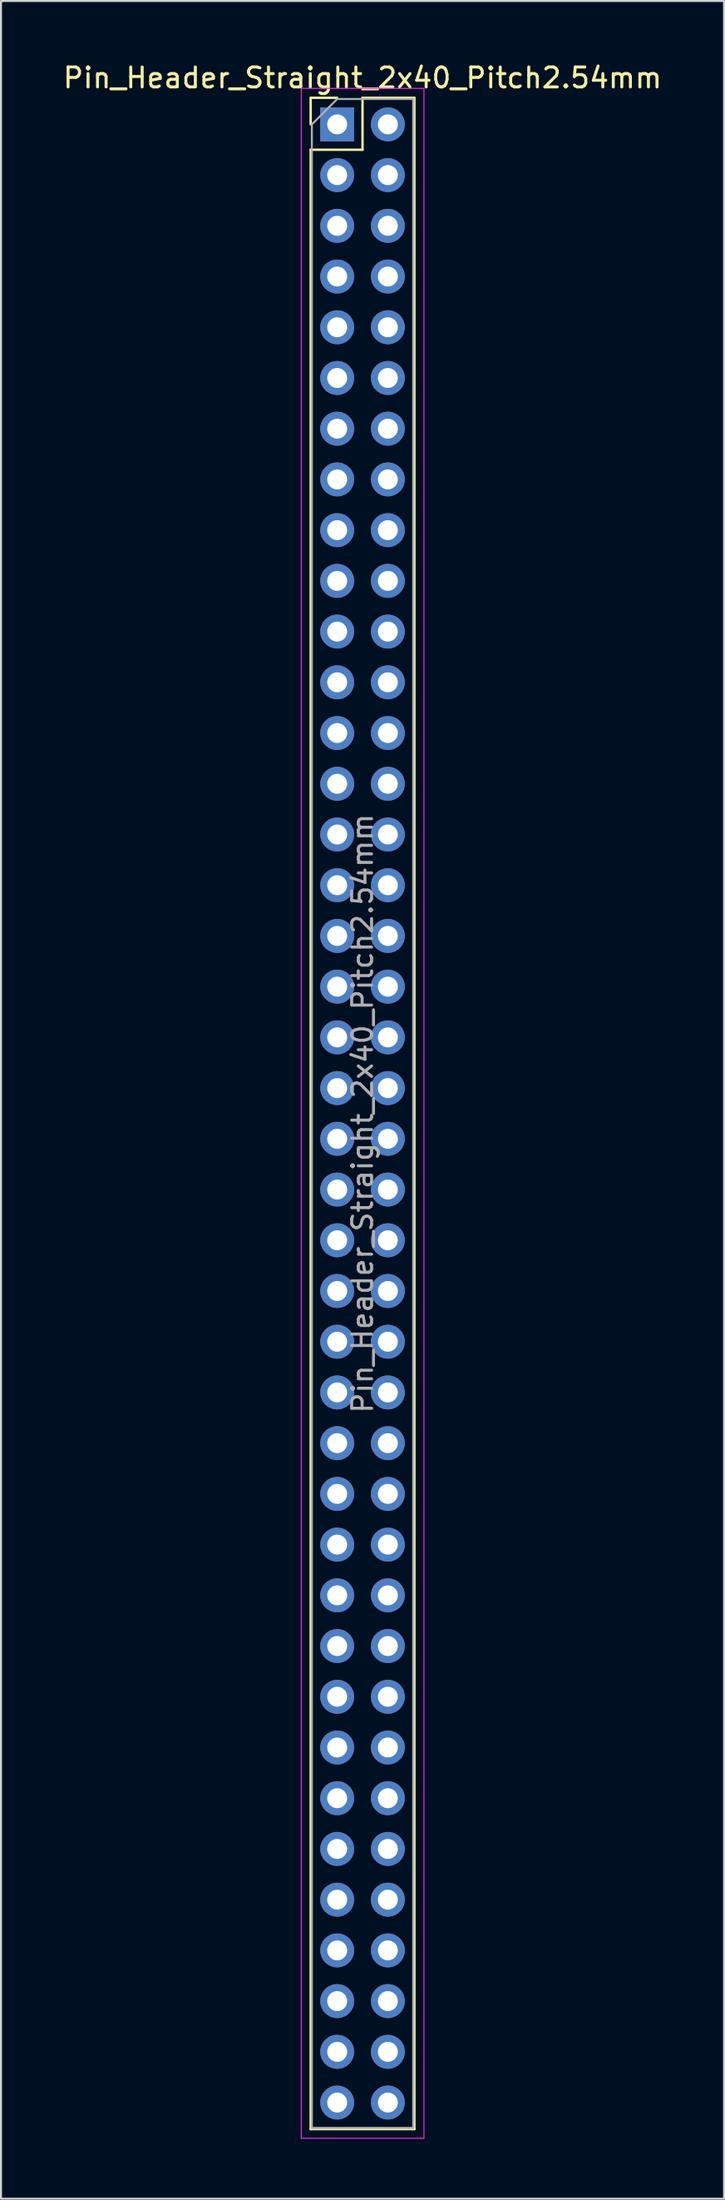
<source format=kicad_pcb>
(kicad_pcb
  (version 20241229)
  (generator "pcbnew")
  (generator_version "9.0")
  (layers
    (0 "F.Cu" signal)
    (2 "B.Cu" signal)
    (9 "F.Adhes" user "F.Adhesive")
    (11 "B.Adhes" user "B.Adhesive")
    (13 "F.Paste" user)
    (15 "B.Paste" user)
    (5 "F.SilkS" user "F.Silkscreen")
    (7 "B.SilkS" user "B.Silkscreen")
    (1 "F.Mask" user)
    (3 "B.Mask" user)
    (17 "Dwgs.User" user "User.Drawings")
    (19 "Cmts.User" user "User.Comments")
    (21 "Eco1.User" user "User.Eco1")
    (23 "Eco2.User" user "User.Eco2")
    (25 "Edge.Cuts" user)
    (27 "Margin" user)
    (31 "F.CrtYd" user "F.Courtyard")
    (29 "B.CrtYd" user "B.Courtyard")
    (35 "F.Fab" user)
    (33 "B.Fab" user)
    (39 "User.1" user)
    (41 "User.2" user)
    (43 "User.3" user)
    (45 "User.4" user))
  (footprint "Pin_Header_Straight_2x40_Pitch2.54mm"
    (layer "F.Cu")
    (at 13.855 3.178)
    (property "Reference" "Pin_Header_Straight_2x40_Pitch2.54mm" (at 1.27 -2.33 0) (layer "F.SilkS") (effects (font (size 1 1) (thickness 0.15))))
    (attr through_hole)
    (fp_line (start -1.33 -1.33) (end 0 -1.33) (stroke (width 0.12) (type solid)) (layer "F.SilkS"))
    (fp_line (start -1.33 0) (end -1.33 -1.33) (stroke (width 0.12) (type solid)) (layer "F.SilkS"))
    (fp_line (start -1.33 1.27) (end -1.33 100.39) (stroke (width 0.12) (type solid)) (layer "F.SilkS"))
    (fp_line (start -1.33 100.39) (end 3.87 100.39) (stroke (width 0.12) (type solid)) (layer "F.SilkS"))
    (fp_line (start 1.27 -1.33) (end 1.27 1.27) (stroke (width 0.12) (type solid)) (layer "F.SilkS"))
    (fp_line (start 1.27 1.27) (end -1.33 1.27) (stroke (width 0.12) (type solid)) (layer "F.SilkS"))
    (fp_line (start 3.87 -1.33) (end 1.27 -1.33) (stroke (width 0.12) (type solid)) (layer "F.SilkS"))
    (fp_line (start 3.87 100.39) (end 3.87 -1.33) (stroke (width 0.12) (type solid)) (layer "F.SilkS"))
    (fp_line (start -1.8 -1.8) (end -1.8 100.85) (stroke (width 0.05) (type solid)) (layer "F.CrtYd"))
    (fp_line (start -1.8 100.85) (end 4.35 100.85) (stroke (width 0.05) (type solid)) (layer "F.CrtYd"))
    (fp_line (start 4.35 -1.8) (end -1.8 -1.8) (stroke (width 0.05) (type solid)) (layer "F.CrtYd"))
    (fp_line (start 4.35 100.85) (end 4.35 -1.8) (stroke (width 0.05) (type solid)) (layer "F.CrtYd"))
    (fp_line (start -1.27 0) (end 0 -1.27) (stroke (width 0.1) (type solid)) (layer "F.Fab"))
    (fp_line (start -1.27 100.33) (end -1.27 0) (stroke (width 0.1) (type solid)) (layer "F.Fab"))
    (fp_line (start 0 -1.27) (end 3.81 -1.27) (stroke (width 0.1) (type solid)) (layer "F.Fab"))
    (fp_line (start 3.81 -1.27) (end 3.81 100.33) (stroke (width 0.1) (type solid)) (layer "F.Fab"))
    (fp_line (start 3.81 100.33) (end -1.27 100.33) (stroke (width 0.1) (type solid)) (layer "F.Fab"))
    (fp_text user "${REFERENCE}" (at 1.27 49.53 90) (layer "F.Fab") (effects (font (size 1 1) (thickness 0.15))))
    (pad "1" thru_hole rect (at 0 0) (size 1.7 1.7) (drill 1) (layers "*.Cu" "*.Mask"))
    (pad "2" thru_hole oval (at 2.54 0) (size 1.7 1.7) (drill 1) (layers "*.Cu" "*.Mask"))
    (pad "3" thru_hole oval (at 0 2.54) (size 1.7 1.7) (drill 1) (layers "*.Cu" "*.Mask"))
    (pad "4" thru_hole oval (at 2.54 2.54) (size 1.7 1.7) (drill 1) (layers "*.Cu" "*.Mask"))
    (pad "5" thru_hole oval (at 0 5.08) (size 1.7 1.7) (drill 1) (layers "*.Cu" "*.Mask"))
    (pad "6" thru_hole oval (at 2.54 5.08) (size 1.7 1.7) (drill 1) (layers "*.Cu" "*.Mask"))
    (pad "7" thru_hole oval (at 0 7.62) (size 1.7 1.7) (drill 1) (layers "*.Cu" "*.Mask"))
    (pad "8" thru_hole oval (at 2.54 7.62) (size 1.7 1.7) (drill 1) (layers "*.Cu" "*.Mask"))
    (pad "9" thru_hole oval (at 0 10.16) (size 1.7 1.7) (drill 1) (layers "*.Cu" "*.Mask"))
    (pad "10" thru_hole oval (at 2.54 10.16) (size 1.7 1.7) (drill 1) (layers "*.Cu" "*.Mask"))
    (pad "11" thru_hole oval (at 0 12.7) (size 1.7 1.7) (drill 1) (layers "*.Cu" "*.Mask"))
    (pad "12" thru_hole oval (at 2.54 12.7) (size 1.7 1.7) (drill 1) (layers "*.Cu" "*.Mask"))
    (pad "13" thru_hole oval (at 0 15.24) (size 1.7 1.7) (drill 1) (layers "*.Cu" "*.Mask"))
    (pad "14" thru_hole oval (at 2.54 15.24) (size 1.7 1.7) (drill 1) (layers "*.Cu" "*.Mask"))
    (pad "15" thru_hole oval (at 0 17.78) (size 1.7 1.7) (drill 1) (layers "*.Cu" "*.Mask"))
    (pad "16" thru_hole oval (at 2.54 17.78) (size 1.7 1.7) (drill 1) (layers "*.Cu" "*.Mask"))
    (pad "17" thru_hole oval (at 0 20.32) (size 1.7 1.7) (drill 1) (layers "*.Cu" "*.Mask"))
    (pad "18" thru_hole oval (at 2.54 20.32) (size 1.7 1.7) (drill 1) (layers "*.Cu" "*.Mask"))
    (pad "19" thru_hole oval (at 0 22.86) (size 1.7 1.7) (drill 1) (layers "*.Cu" "*.Mask"))
    (pad "20" thru_hole oval (at 2.54 22.86) (size 1.7 1.7) (drill 1) (layers "*.Cu" "*.Mask"))
    (pad "21" thru_hole oval (at 0 25.4) (size 1.7 1.7) (drill 1) (layers "*.Cu" "*.Mask"))
    (pad "22" thru_hole oval (at 2.54 25.4) (size 1.7 1.7) (drill 1) (layers "*.Cu" "*.Mask"))
    (pad "23" thru_hole oval (at 0 27.94) (size 1.7 1.7) (drill 1) (layers "*.Cu" "*.Mask"))
    (pad "24" thru_hole oval (at 2.54 27.94) (size 1.7 1.7) (drill 1) (layers "*.Cu" "*.Mask"))
    (pad "25" thru_hole oval (at 0 30.48) (size 1.7 1.7) (drill 1) (layers "*.Cu" "*.Mask"))
    (pad "26" thru_hole oval (at 2.54 30.48) (size 1.7 1.7) (drill 1) (layers "*.Cu" "*.Mask"))
    (pad "27" thru_hole oval (at 0 33.02) (size 1.7 1.7) (drill 1) (layers "*.Cu" "*.Mask"))
    (pad "28" thru_hole oval (at 2.54 33.02) (size 1.7 1.7) (drill 1) (layers "*.Cu" "*.Mask"))
    (pad "29" thru_hole oval (at 0 35.56) (size 1.7 1.7) (drill 1) (layers "*.Cu" "*.Mask"))
    (pad "30" thru_hole oval (at 2.54 35.56) (size 1.7 1.7) (drill 1) (layers "*.Cu" "*.Mask"))
    (pad "31" thru_hole oval (at 0 38.1) (size 1.7 1.7) (drill 1) (layers "*.Cu" "*.Mask"))
    (pad "32" thru_hole oval (at 2.54 38.1) (size 1.7 1.7) (drill 1) (layers "*.Cu" "*.Mask"))
    (pad "33" thru_hole oval (at 0 40.64) (size 1.7 1.7) (drill 1) (layers "*.Cu" "*.Mask"))
    (pad "34" thru_hole oval (at 2.54 40.64) (size 1.7 1.7) (drill 1) (layers "*.Cu" "*.Mask"))
    (pad "35" thru_hole oval (at 0 43.18) (size 1.7 1.7) (drill 1) (layers "*.Cu" "*.Mask"))
    (pad "36" thru_hole oval (at 2.54 43.18) (size 1.7 1.7) (drill 1) (layers "*.Cu" "*.Mask"))
    (pad "37" thru_hole oval (at 0 45.72) (size 1.7 1.7) (drill 1) (layers "*.Cu" "*.Mask"))
    (pad "38" thru_hole oval (at 2.54 45.72) (size 1.7 1.7) (drill 1) (layers "*.Cu" "*.Mask"))
    (pad "39" thru_hole oval (at 0 48.26) (size 1.7 1.7) (drill 1) (layers "*.Cu" "*.Mask"))
    (pad "40" thru_hole oval (at 2.54 48.26) (size 1.7 1.7) (drill 1) (layers "*.Cu" "*.Mask"))
    (pad "41" thru_hole oval (at 0 50.8) (size 1.7 1.7) (drill 1) (layers "*.Cu" "*.Mask"))
    (pad "42" thru_hole oval (at 2.54 50.8) (size 1.7 1.7) (drill 1) (layers "*.Cu" "*.Mask"))
    (pad "43" thru_hole oval (at 0 53.34) (size 1.7 1.7) (drill 1) (layers "*.Cu" "*.Mask"))
    (pad "44" thru_hole oval (at 2.54 53.34) (size 1.7 1.7) (drill 1) (layers "*.Cu" "*.Mask"))
    (pad "45" thru_hole oval (at 0 55.88) (size 1.7 1.7) (drill 1) (layers "*.Cu" "*.Mask"))
    (pad "46" thru_hole oval (at 2.54 55.88) (size 1.7 1.7) (drill 1) (layers "*.Cu" "*.Mask"))
    (pad "47" thru_hole oval (at 0 58.42) (size 1.7 1.7) (drill 1) (layers "*.Cu" "*.Mask"))
    (pad "48" thru_hole oval (at 2.54 58.42) (size 1.7 1.7) (drill 1) (layers "*.Cu" "*.Mask"))
    (pad "49" thru_hole oval (at 0 60.96) (size 1.7 1.7) (drill 1) (layers "*.Cu" "*.Mask"))
    (pad "50" thru_hole oval (at 2.54 60.96) (size 1.7 1.7) (drill 1) (layers "*.Cu" "*.Mask"))
    (pad "51" thru_hole oval (at 0 63.5) (size 1.7 1.7) (drill 1) (layers "*.Cu" "*.Mask"))
    (pad "52" thru_hole oval (at 2.54 63.5) (size 1.7 1.7) (drill 1) (layers "*.Cu" "*.Mask"))
    (pad "53" thru_hole oval (at 0 66.04) (size 1.7 1.7) (drill 1) (layers "*.Cu" "*.Mask"))
    (pad "54" thru_hole oval (at 2.54 66.04) (size 1.7 1.7) (drill 1) (layers "*.Cu" "*.Mask"))
    (pad "55" thru_hole oval (at 0 68.58) (size 1.7 1.7) (drill 1) (layers "*.Cu" "*.Mask"))
    (pad "56" thru_hole oval (at 2.54 68.58) (size 1.7 1.7) (drill 1) (layers "*.Cu" "*.Mask"))
    (pad "57" thru_hole oval (at 0 71.12) (size 1.7 1.7) (drill 1) (layers "*.Cu" "*.Mask"))
    (pad "58" thru_hole oval (at 2.54 71.12) (size 1.7 1.7) (drill 1) (layers "*.Cu" "*.Mask"))
    (pad "59" thru_hole oval (at 0 73.66) (size 1.7 1.7) (drill 1) (layers "*.Cu" "*.Mask"))
    (pad "60" thru_hole oval (at 2.54 73.66) (size 1.7 1.7) (drill 1) (layers "*.Cu" "*.Mask"))
    (pad "61" thru_hole oval (at 0 76.2) (size 1.7 1.7) (drill 1) (layers "*.Cu" "*.Mask"))
    (pad "62" thru_hole oval (at 2.54 76.2) (size 1.7 1.7) (drill 1) (layers "*.Cu" "*.Mask"))
    (pad "63" thru_hole oval (at 0 78.74) (size 1.7 1.7) (drill 1) (layers "*.Cu" "*.Mask"))
    (pad "64" thru_hole oval (at 2.54 78.74) (size 1.7 1.7) (drill 1) (layers "*.Cu" "*.Mask"))
    (pad "65" thru_hole oval (at 0 81.28) (size 1.7 1.7) (drill 1) (layers "*.Cu" "*.Mask"))
    (pad "66" thru_hole oval (at 2.54 81.28) (size 1.7 1.7) (drill 1) (layers "*.Cu" "*.Mask"))
    (pad "67" thru_hole oval (at 0 83.82) (size 1.7 1.7) (drill 1) (layers "*.Cu" "*.Mask"))
    (pad "68" thru_hole oval (at 2.54 83.82) (size 1.7 1.7) (drill 1) (layers "*.Cu" "*.Mask"))
    (pad "69" thru_hole oval (at 0 86.36) (size 1.7 1.7) (drill 1) (layers "*.Cu" "*.Mask"))
    (pad "70" thru_hole oval (at 2.54 86.36) (size 1.7 1.7) (drill 1) (layers "*.Cu" "*.Mask"))
    (pad "71" thru_hole oval (at 0 88.9) (size 1.7 1.7) (drill 1) (layers "*.Cu" "*.Mask"))
    (pad "72" thru_hole oval (at 2.54 88.9) (size 1.7 1.7) (drill 1) (layers "*.Cu" "*.Mask"))
    (pad "73" thru_hole oval (at 0 91.44) (size 1.7 1.7) (drill 1) (layers "*.Cu" "*.Mask"))
    (pad "74" thru_hole oval (at 2.54 91.44) (size 1.7 1.7) (drill 1) (layers "*.Cu" "*.Mask"))
    (pad "75" thru_hole oval (at 0 93.98) (size 1.7 1.7) (drill 1) (layers "*.Cu" "*.Mask"))
    (pad "76" thru_hole oval (at 2.54 93.98) (size 1.7 1.7) (drill 1) (layers "*.Cu" "*.Mask"))
    (pad "77" thru_hole oval (at 0 96.52) (size 1.7 1.7) (drill 1) (layers "*.Cu" "*.Mask"))
    (pad "78" thru_hole oval (at 2.54 96.52) (size 1.7 1.7) (drill 1) (layers "*.Cu" "*.Mask"))
    (pad "79" thru_hole oval (at 0 99.06) (size 1.7 1.7) (drill 1) (layers "*.Cu" "*.Mask"))
    (pad "80" thru_hole oval (at 2.54 99.06) (size 1.7 1.7) (drill 1) (layers "*.Cu" "*.Mask")))
  (gr_rect
    (start -3 -3)
    (end 33.25 107.053)
    (stroke (width 0.1) (type default))
    (fill no)
    (layer "Edge.Cuts")))
</source>
